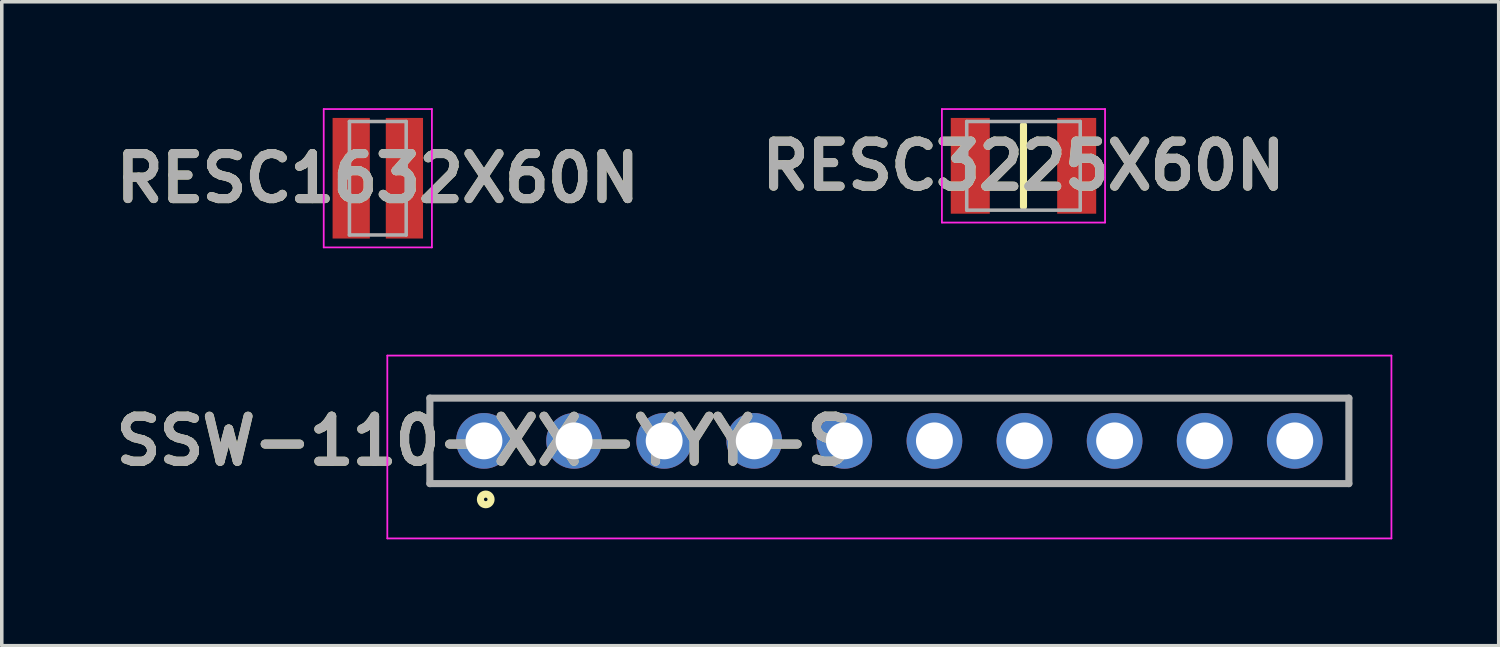
<source format=kicad_pcb>
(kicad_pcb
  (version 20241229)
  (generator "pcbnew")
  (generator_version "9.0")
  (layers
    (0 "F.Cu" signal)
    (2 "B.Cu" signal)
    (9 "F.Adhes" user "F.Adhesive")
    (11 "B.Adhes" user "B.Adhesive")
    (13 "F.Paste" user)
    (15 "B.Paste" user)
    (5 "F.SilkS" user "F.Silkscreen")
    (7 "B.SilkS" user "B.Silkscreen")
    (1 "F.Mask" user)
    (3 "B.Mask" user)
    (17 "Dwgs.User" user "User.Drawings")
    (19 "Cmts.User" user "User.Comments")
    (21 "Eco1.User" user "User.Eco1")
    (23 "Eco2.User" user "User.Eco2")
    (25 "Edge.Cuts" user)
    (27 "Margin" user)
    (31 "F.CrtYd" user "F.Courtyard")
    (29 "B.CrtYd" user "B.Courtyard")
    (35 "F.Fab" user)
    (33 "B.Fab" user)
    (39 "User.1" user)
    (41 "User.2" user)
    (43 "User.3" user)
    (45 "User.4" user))
  (footprint "SSW-110-XX-YYY-S"
    (layer "F.Cu")
    (at 10.595 9.38)
    (property "Reference" "SSW-110-XX-YYY-S" (at 0 0 0) (layer "F.SilkS") (effects (font (size 1.27 1.27) (thickness 0.254))))
    (attr through_hole)
    (fp_line (start -1.525 -1.205) (end 24.385 -1.205) (stroke (width 0.1) (type solid)) (layer "F.SilkS"))
    (fp_line (start -1.525 1.205) (end -1.525 -1.205) (stroke (width 0.1) (type solid)) (layer "F.SilkS"))
    (fp_line (start 24.385 -1.205) (end 24.385 1.205) (stroke (width 0.1) (type solid)) (layer "F.SilkS"))
    (fp_line (start 24.385 1.205) (end -1.525 1.205) (stroke (width 0.1) (type solid)) (layer "F.SilkS"))
    (fp_circle (center 0.05 1.65) (end 0.05 1.7) (stroke (width 0.2) (type solid)) (fill no) (layer "F.SilkS"))
    (fp_line (start -2.725 -2.405) (end 25.585 -2.405) (stroke (width 0.05) (type solid)) (layer "F.CrtYd"))
    (fp_line (start -2.725 2.75) (end -2.725 -2.405) (stroke (width 0.05) (type solid)) (layer "F.CrtYd"))
    (fp_line (start 25.585 -2.405) (end 25.585 2.75) (stroke (width 0.05) (type solid)) (layer "F.CrtYd"))
    (fp_line (start 25.585 2.75) (end -2.725 2.75) (stroke (width 0.05) (type solid)) (layer "F.CrtYd"))
    (fp_line (start -1.525 -1.205) (end 24.385 -1.205) (stroke (width 0.2) (type solid)) (layer "F.Fab"))
    (fp_line (start -1.525 1.205) (end -1.525 -1.205) (stroke (width 0.2) (type solid)) (layer "F.Fab"))
    (fp_line (start 24.385 -1.205) (end 24.385 1.205) (stroke (width 0.2) (type solid)) (layer "F.Fab"))
    (fp_line (start 24.385 1.205) (end -1.525 1.205) (stroke (width 0.2) (type solid)) (layer "F.Fab"))
    (fp_text user "${REFERENCE}" (at 0 0 0) (layer "F.Fab") (effects (font (size 1.27 1.27) (thickness 0.254))))
    (pad "1" thru_hole circle (at 0 0) (size 1.57 1.57) (drill 1.04) (layers "*.Cu" "*.Mask"))
    (pad "2" thru_hole circle (at 2.54 0) (size 1.57 1.57) (drill 1.04) (layers "*.Cu" "*.Mask"))
    (pad "3" thru_hole circle (at 5.08 0) (size 1.57 1.57) (drill 1.04) (layers "*.Cu" "*.Mask"))
    (pad "4" thru_hole circle (at 7.62 0) (size 1.57 1.57) (drill 1.04) (layers "*.Cu" "*.Mask"))
    (pad "5" thru_hole circle (at 10.16 0) (size 1.57 1.57) (drill 1.04) (layers "*.Cu" "*.Mask"))
    (pad "6" thru_hole circle (at 12.7 0) (size 1.57 1.57) (drill 1.04) (layers "*.Cu" "*.Mask"))
    (pad "7" thru_hole circle (at 15.24 0) (size 1.57 1.57) (drill 1.04) (layers "*.Cu" "*.Mask"))
    (pad "8" thru_hole circle (at 17.78 0) (size 1.57 1.57) (drill 1.04) (layers "*.Cu" "*.Mask"))
    (pad "9" thru_hole circle (at 20.32 0) (size 1.57 1.57) (drill 1.04) (layers "*.Cu" "*.Mask"))
    (pad "10" thru_hole circle (at 22.86 0) (size 1.57 1.57) (drill 1.04) (layers "*.Cu" "*.Mask")))
  (footprint "RESC3225X60N"
    (layer "F.Cu")
    (at 25.806 1.625)
    (property "Reference" "RESC3225X60N" (at 0 0 0) (layer "F.SilkS") (effects (font (size 1.27 1.27) (thickness 0.254))))
    (attr smd)
    (fp_line (start 0 -1.15) (end 0 1.15) (stroke (width 0.2) (type solid)) (layer "F.SilkS"))
    (fp_line (start -2.3 -1.6) (end 2.3 -1.6) (stroke (width 0.05) (type solid)) (layer "F.CrtYd"))
    (fp_line (start -2.3 1.6) (end -2.3 -1.6) (stroke (width 0.05) (type solid)) (layer "F.CrtYd"))
    (fp_line (start 2.3 -1.6) (end 2.3 1.6) (stroke (width 0.05) (type solid)) (layer "F.CrtYd"))
    (fp_line (start 2.3 1.6) (end -2.3 1.6) (stroke (width 0.05) (type solid)) (layer "F.CrtYd"))
    (fp_line (start -1.6 -1.25) (end 1.6 -1.25) (stroke (width 0.1) (type solid)) (layer "F.Fab"))
    (fp_line (start -1.6 1.25) (end -1.6 -1.25) (stroke (width 0.1) (type solid)) (layer "F.Fab"))
    (fp_line (start 1.6 -1.25) (end 1.6 1.25) (stroke (width 0.1) (type solid)) (layer "F.Fab"))
    (fp_line (start 1.6 1.25) (end -1.6 1.25) (stroke (width 0.1) (type solid)) (layer "F.Fab"))
    (fp_text user "${REFERENCE}" (at 0 0 0) (layer "F.Fab") (effects (font (size 1.27 1.27) (thickness 0.254))))
    (pad "1" smd rect (at -1.5 0) (size 1.1 2.7) (layers "F.Cu" "F.Mask" "F.Paste"))
    (pad "2" smd rect (at 1.5 0) (size 1.1 2.7) (layers "F.Cu" "F.Mask" "F.Paste")))
  (footprint "RESC1632X60N"
    (layer "F.Cu")
    (at 7.602 1.975)
    (property "Reference" "RESC1632X60N" (at 0 0 0) (layer "F.SilkS") (effects (font (size 1.27 1.27) (thickness 0.254))))
    (attr smd)
    (fp_line (start -1.525 -1.95) (end 1.525 -1.95) (stroke (width 0.05) (type solid)) (layer "F.CrtYd"))
    (fp_line (start -1.525 1.95) (end -1.525 -1.95) (stroke (width 0.05) (type solid)) (layer "F.CrtYd"))
    (fp_line (start 1.525 -1.95) (end 1.525 1.95) (stroke (width 0.05) (type solid)) (layer "F.CrtYd"))
    (fp_line (start 1.525 1.95) (end -1.525 1.95) (stroke (width 0.05) (type solid)) (layer "F.CrtYd"))
    (fp_line (start -0.8 -1.6) (end 0.8 -1.6) (stroke (width 0.1) (type solid)) (layer "F.Fab"))
    (fp_line (start -0.8 1.6) (end -0.8 -1.6) (stroke (width 0.1) (type solid)) (layer "F.Fab"))
    (fp_line (start 0.8 -1.6) (end 0.8 1.6) (stroke (width 0.1) (type solid)) (layer "F.Fab"))
    (fp_line (start 0.8 1.6) (end -0.8 1.6) (stroke (width 0.1) (type solid)) (layer "F.Fab"))
    (fp_text user "${REFERENCE}" (at 0 0 0) (layer "F.Fab") (effects (font (size 1.27 1.27) (thickness 0.254))))
    (pad "1" smd rect (at -0.75 0) (size 1.05 3.4) (layers "F.Cu" "F.Mask" "F.Paste"))
    (pad "2" smd rect (at 0.75 0) (size 1.05 3.4) (layers "F.Cu" "F.Mask" "F.Paste")))
  (gr_rect
    (start -3 -3)
    (end 39.205 15.155)
    (stroke (width 0.1) (type default))
    (fill no)
    (layer "Edge.Cuts")))
</source>
